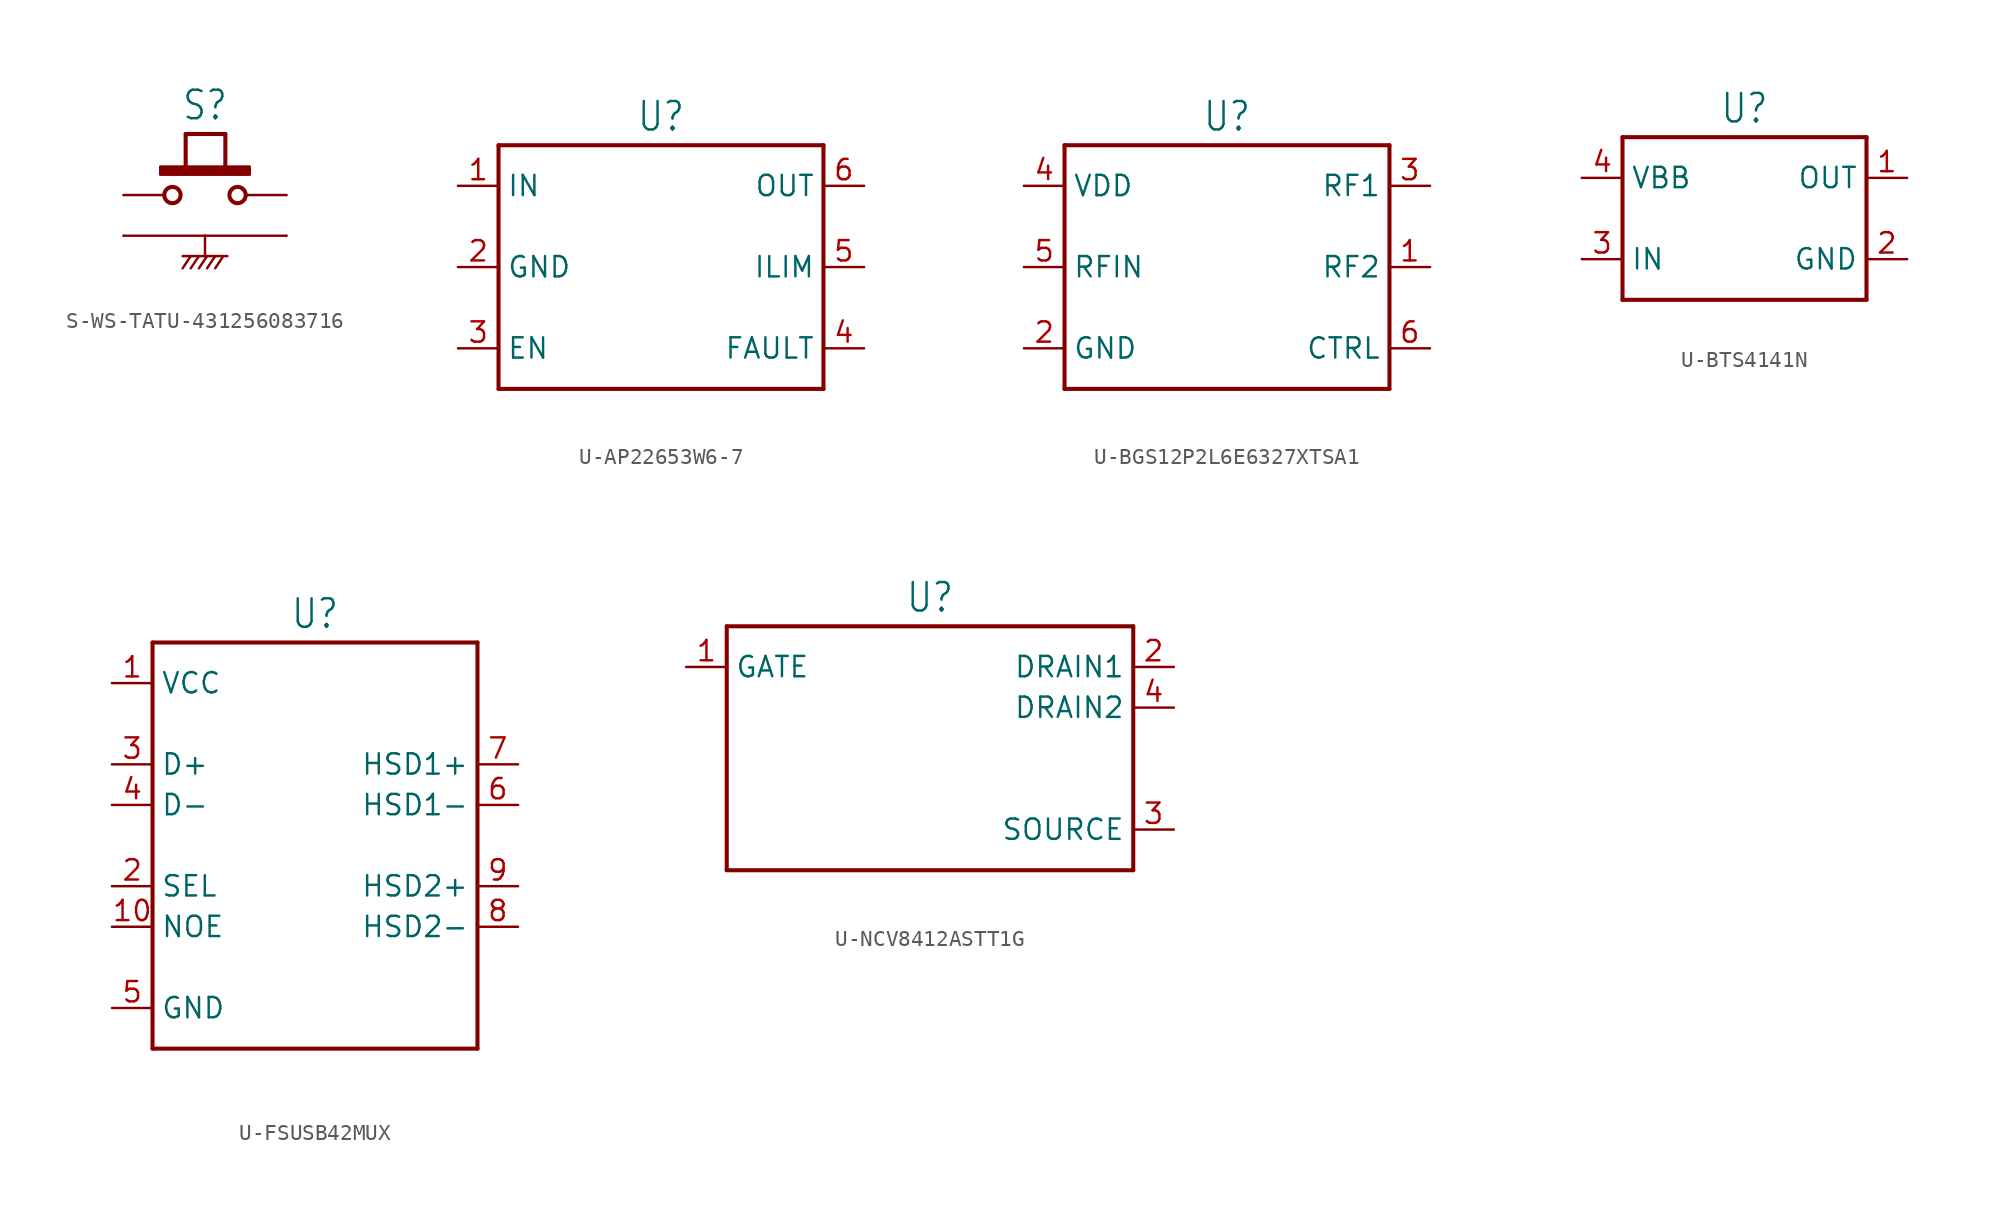
<source format=kicad_sym>
(kicad_symbol_lib
  (version 20231120)
  (generator "kicad_symbol_editor")
  (generator_version "8.0")
  (symbol "S-WS-TATU-431256083716"
    (property "Reference" "S"
      (at 0 4.572 0)
      (effects (font (size 1.778 1.511)) (justify bottom)))
    (property "Value" ""
      (at 0 -5.08 0)
      (effects (font (size 1.778 1.511)) (justify top)))
    (property "ki_locked" ""
      (at 0 0 0)
      (effects (font (size 1.27 1.27))))
    (symbol "S-WS-TATU-431256083716_1_0"
      (rectangle (start -2.794 1.27) (end 2.794 1.778) (stroke (width 0) (type default)) (fill (type outline)))
      (circle (center -2.032 0) (radius 0.508) (stroke (width 0.254) (type solid)) (fill (type none)))
      (polyline (pts (xy -5.08 -2.54) (xy 0 -2.54)) (stroke (width 0.152) (type solid)) (fill (type none)))
      (polyline (pts (xy -5.08 0) (xy -2.54 0)) (stroke (width 0.152) (type solid)) (fill (type none)))
      (polyline (pts (xy -1.397 -3.81) (xy -0.889 -3.81)) (stroke (width 0.152) (type solid)) (fill (type none)))
      (polyline (pts (xy -1.206 1.524) (xy -1.206 3.81)) (stroke (width 0.254) (type solid)) (fill (type none)))
      (polyline (pts (xy -1.206 3.81) (xy 1.27 3.81)) (stroke (width 0.254) (type solid)) (fill (type none)))
      (polyline (pts (xy -0.889 -3.81) (xy -1.397 -4.572)) (stroke (width 0.152) (type solid)) (fill (type none)))
      (polyline (pts (xy -0.889 -3.81) (xy -0.381 -3.81)) (stroke (width 0.152) (type solid)) (fill (type none)))
      (polyline (pts (xy -0.381 -3.81) (xy -0.889 -4.572)) (stroke (width 0.152) (type solid)) (fill (type none)))
      (polyline (pts (xy -0.381 -3.81) (xy 0 -3.81)) (stroke (width 0.152) (type solid)) (fill (type none)))
      (polyline (pts (xy 0 -3.81) (xy 0.127 -3.81)) (stroke (width 0.152) (type solid)) (fill (type none)))
      (polyline (pts (xy 0 -2.54) (xy 0 -3.81)) (stroke (width 0.152) (type solid)) (fill (type none)))
      (polyline (pts (xy 0 -2.54) (xy 5.08 -2.54)) (stroke (width 0.152) (type solid)) (fill (type none)))
      (polyline (pts (xy 0.127 -3.81) (xy -0.381 -4.572)) (stroke (width 0.152) (type solid)) (fill (type none)))
      (polyline (pts (xy 0.127 -3.81) (xy 0.635 -3.81)) (stroke (width 0.152) (type solid)) (fill (type none)))
      (polyline (pts (xy 0.635 -3.81) (xy 0.127 -4.572)) (stroke (width 0.152) (type solid)) (fill (type none)))
      (polyline (pts (xy 0.635 -3.81) (xy 1.143 -3.81)) (stroke (width 0.152) (type solid)) (fill (type none)))
      (polyline (pts (xy 1.143 -3.81) (xy 0.635 -4.572)) (stroke (width 0.152) (type solid)) (fill (type none)))
      (polyline (pts (xy 1.143 -3.81) (xy 1.397 -3.81)) (stroke (width 0.152) (type solid)) (fill (type none)))
      (polyline (pts (xy 1.27 3.81) (xy 1.27 1.524)) (stroke (width 0.254) (type solid)) (fill (type none)))
      (polyline (pts (xy 2.54 0) (xy 5.08 0)) (stroke (width 0.152) (type solid)) (fill (type none)))
      (circle (center 2.032 0) (radius 0.508) (stroke (width 0.254) (type solid)) (fill (type none)))
      (pin passive line (at -5.08 -2.54 0) (length 0) (name "3" (effects (font (size 0 0)))) (number "1" (effects (font (size 0 0)))))
      (pin passive line (at -5.08 0 0) (length 0) (name "1" (effects (font (size 0 0)))) (number "2" (effects (font (size 0 0)))))
      (pin passive line (at 5.08 0 180) (length 0) (name "2" (effects (font (size 0 0)))) (number "3" (effects (font (size 0 0)))))
      (pin passive line (at 5.08 -2.54 180) (length 0) (name "4" (effects (font (size 0 0)))) (number "4" (effects (font (size 0 0)))))))
  (symbol "U-AP22653W6-7"
    (property "Reference" "U"
      (at 0 8.382 0)
      (effects (font (size 1.778 1.511)) (justify bottom)))
    (property "Value" ""
      (at 0 -8.382 0)
      (effects (font (size 1.778 1.511)) (justify top)))
    (property "ki_locked" ""
      (at 0 0 0)
      (effects (font (size 1.27 1.27))))
    (symbol "U-AP22653W6-7_1_0"
      (polyline (pts (xy -10.16 -7.62) (xy -10.16 7.62)) (stroke (width 0.254) (type solid)) (fill (type none)))
      (polyline (pts (xy -10.16 7.62) (xy 10.16 7.62)) (stroke (width 0.254) (type solid)) (fill (type none)))
      (polyline (pts (xy 10.16 -7.62) (xy -10.16 -7.62)) (stroke (width 0.254) (type solid)) (fill (type none)))
      (polyline (pts (xy 10.16 7.62) (xy 10.16 -7.62)) (stroke (width 0.254) (type solid)) (fill (type none)))
      (pin passive line (at -12.7 5.08 0) (length 2.54) (name "IN" (effects (font (size 1.27 1.27)))) (number "1" (effects (font (size 1.27 1.27)))))
      (pin passive line (at -12.7 0 0) (length 2.54) (name "GND" (effects (font (size 1.27 1.27)))) (number "2" (effects (font (size 1.27 1.27)))))
      (pin passive line (at -12.7 -5.08 0) (length 2.54) (name "EN" (effects (font (size 1.27 1.27)))) (number "3" (effects (font (size 1.27 1.27)))))
      (pin passive line (at 12.7 -5.08 180) (length 2.54) (name "FAULT" (effects (font (size 1.27 1.27)))) (number "4" (effects (font (size 1.27 1.27)))))
      (pin passive line (at 12.7 0 180) (length 2.54) (name "ILIM" (effects (font (size 1.27 1.27)))) (number "5" (effects (font (size 1.27 1.27)))))
      (pin passive line (at 12.7 5.08 180) (length 2.54) (name "OUT" (effects (font (size 1.27 1.27)))) (number "6" (effects (font (size 1.27 1.27)))))))
  (symbol "U-BGS12P2L6E6327XTSA1"
    (property "Reference" "U"
      (at 0 8.382 0)
      (effects (font (size 1.778 1.511)) (justify bottom)))
    (property "Value" ""
      (at 0 -8.382 0)
      (effects (font (size 1.778 1.511)) (justify top)))
    (property "ki_locked" ""
      (at 0 0 0)
      (effects (font (size 1.27 1.27))))
    (symbol "U-BGS12P2L6E6327XTSA1_1_0"
      (polyline (pts (xy -10.16 -7.62) (xy -10.16 7.62)) (stroke (width 0.254) (type solid)) (fill (type none)))
      (polyline (pts (xy -10.16 7.62) (xy 10.16 7.62)) (stroke (width 0.254) (type solid)) (fill (type none)))
      (polyline (pts (xy 10.16 -7.62) (xy -10.16 -7.62)) (stroke (width 0.254) (type solid)) (fill (type none)))
      (polyline (pts (xy 10.16 7.62) (xy 10.16 -7.62)) (stroke (width 0.254) (type solid)) (fill (type none)))
      (pin passive line (at 12.7 0 180) (length 2.54) (name "RF2" (effects (font (size 1.27 1.27)))) (number "1" (effects (font (size 1.27 1.27)))))
      (pin passive line (at -12.7 -5.08 0) (length 2.54) (name "GND" (effects (font (size 1.27 1.27)))) (number "2" (effects (font (size 1.27 1.27)))))
      (pin passive line (at 12.7 5.08 180) (length 2.54) (name "RF1" (effects (font (size 1.27 1.27)))) (number "3" (effects (font (size 1.27 1.27)))))
      (pin passive line (at -12.7 5.08 0) (length 2.54) (name "VDD" (effects (font (size 1.27 1.27)))) (number "4" (effects (font (size 1.27 1.27)))))
      (pin passive line (at -12.7 0 0) (length 2.54) (name "RFIN" (effects (font (size 1.27 1.27)))) (number "5" (effects (font (size 1.27 1.27)))))
      (pin passive line (at 12.7 -5.08 180) (length 2.54) (name "CTRL" (effects (font (size 1.27 1.27)))) (number "6" (effects (font (size 1.27 1.27)))))))
  (symbol "U-BTS4141N"
    (property "Reference" "U"
      (at 0 5.842 0)
      (effects (font (size 1.778 1.511)) (justify bottom)))
    (property "Value" ""
      (at 0 -5.842 0)
      (effects (font (size 1.778 1.511)) (justify top)))
    (property "ki_locked" ""
      (at 0 0 0)
      (effects (font (size 1.27 1.27))))
    (symbol "U-BTS4141N_1_0"
      (polyline (pts (xy -7.62 -5.08) (xy -7.62 5.08)) (stroke (width 0.254) (type solid)) (fill (type none)))
      (polyline (pts (xy -7.62 5.08) (xy 7.62 5.08)) (stroke (width 0.254) (type solid)) (fill (type none)))
      (polyline (pts (xy 7.62 -5.08) (xy -7.62 -5.08)) (stroke (width 0.254) (type solid)) (fill (type none)))
      (polyline (pts (xy 7.62 5.08) (xy 7.62 -5.08)) (stroke (width 0.254) (type solid)) (fill (type none)))
      (pin passive line (at 10.16 2.54 180) (length 2.54) (name "OUT" (effects (font (size 1.27 1.27)))) (number "1" (effects (font (size 1.27 1.27)))))
      (pin passive line (at 10.16 -2.54 180) (length 2.54) (name "GND" (effects (font (size 1.27 1.27)))) (number "2" (effects (font (size 1.27 1.27)))))
      (pin passive line (at -10.16 -2.54 0) (length 2.54) (name "IN" (effects (font (size 1.27 1.27)))) (number "3" (effects (font (size 1.27 1.27)))))
      (pin passive line (at -10.16 2.54 0) (length 2.54) (name "VBB" (effects (font (size 1.27 1.27)))) (number "4" (effects (font (size 1.27 1.27)))))))
  (symbol "U-FSUSB42MUX"
    (property "Reference" "U"
      (at 0 13.462 0)
      (effects (font (size 1.778 1.511)) (justify bottom)))
    (property "Value" ""
      (at 0 -13.462 0)
      (effects (font (size 1.778 1.511)) (justify top)))
    (property "ki_locked" ""
      (at 0 0 0)
      (effects (font (size 1.27 1.27))))
    (symbol "U-FSUSB42MUX_1_0"
      (polyline (pts (xy -10.16 -12.7) (xy -10.16 12.7)) (stroke (width 0.254) (type solid)) (fill (type none)))
      (polyline (pts (xy -10.16 12.7) (xy 10.16 12.7)) (stroke (width 0.254) (type solid)) (fill (type none)))
      (polyline (pts (xy 10.16 -12.7) (xy -10.16 -12.7)) (stroke (width 0.254) (type solid)) (fill (type none)))
      (polyline (pts (xy 10.16 12.7) (xy 10.16 -12.7)) (stroke (width 0.254) (type solid)) (fill (type none)))
      (pin passive line (at -12.7 10.16 0) (length 2.54) (name "VCC" (effects (font (size 1.27 1.27)))) (number "1" (effects (font (size 1.27 1.27)))))
      (pin passive line (at -12.7 -5.08 0) (length 2.54) (name "NOE" (effects (font (size 1.27 1.27)))) (number "10" (effects (font (size 1.27 1.27)))))
      (pin passive line (at -12.7 -2.54 0) (length 2.54) (name "SEL" (effects (font (size 1.27 1.27)))) (number "2" (effects (font (size 1.27 1.27)))))
      (pin passive line (at -12.7 5.08 0) (length 2.54) (name "D+" (effects (font (size 1.27 1.27)))) (number "3" (effects (font (size 1.27 1.27)))))
      (pin passive line (at -12.7 2.54 0) (length 2.54) (name "D-" (effects (font (size 1.27 1.27)))) (number "4" (effects (font (size 1.27 1.27)))))
      (pin passive line (at -12.7 -10.16 0) (length 2.54) (name "GND" (effects (font (size 1.27 1.27)))) (number "5" (effects (font (size 1.27 1.27)))))
      (pin passive line (at 12.7 2.54 180) (length 2.54) (name "HSD1-" (effects (font (size 1.27 1.27)))) (number "6" (effects (font (size 1.27 1.27)))))
      (pin passive line (at 12.7 5.08 180) (length 2.54) (name "HSD1+" (effects (font (size 1.27 1.27)))) (number "7" (effects (font (size 1.27 1.27)))))
      (pin passive line (at 12.7 -5.08 180) (length 2.54) (name "HSD2-" (effects (font (size 1.27 1.27)))) (number "8" (effects (font (size 1.27 1.27)))))
      (pin passive line (at 12.7 -2.54 180) (length 2.54) (name "HSD2+" (effects (font (size 1.27 1.27)))) (number "9" (effects (font (size 1.27 1.27)))))))
  (symbol "U-NCV8412ASTT1G"
    (property "Reference" "U"
      (at 0 8.382 0)
      (effects (font (size 1.778 1.511)) (justify bottom)))
    (property "Value" ""
      (at 0 -8.382 0)
      (effects (font (size 1.778 1.511)) (justify top)))
    (property "ki_locked" ""
      (at 0 0 0)
      (effects (font (size 1.27 1.27))))
    (symbol "U-NCV8412ASTT1G_1_0"
      (polyline (pts (xy -12.7 -7.62) (xy 12.7 -7.62)) (stroke (width 0.254) (type solid)) (fill (type none)))
      (polyline (pts (xy -12.7 7.62) (xy -12.7 -7.62)) (stroke (width 0.254) (type solid)) (fill (type none)))
      (polyline (pts (xy 12.7 -7.62) (xy 12.7 7.62)) (stroke (width 0.254) (type solid)) (fill (type none)))
      (polyline (pts (xy 12.7 7.62) (xy -12.7 7.62)) (stroke (width 0.254) (type solid)) (fill (type none)))
      (pin passive line (at -15.24 5.08 0) (length 2.54) (name "GATE" (effects (font (size 1.27 1.27)))) (number "1" (effects (font (size 1.27 1.27)))))
      (pin passive line (at 15.24 5.08 180) (length 2.54) (name "DRAIN1" (effects (font (size 1.27 1.27)))) (number "2" (effects (font (size 1.27 1.27)))))
      (pin passive line (at 15.24 -5.08 180) (length 2.54) (name "SOURCE" (effects (font (size 1.27 1.27)))) (number "3" (effects (font (size 1.27 1.27)))))
      (pin passive line (at 15.24 2.54 180) (length 2.54) (name "DRAIN2" (effects (font (size 1.27 1.27)))) (number "4" (effects (font (size 1.27 1.27))))))))
</source>
